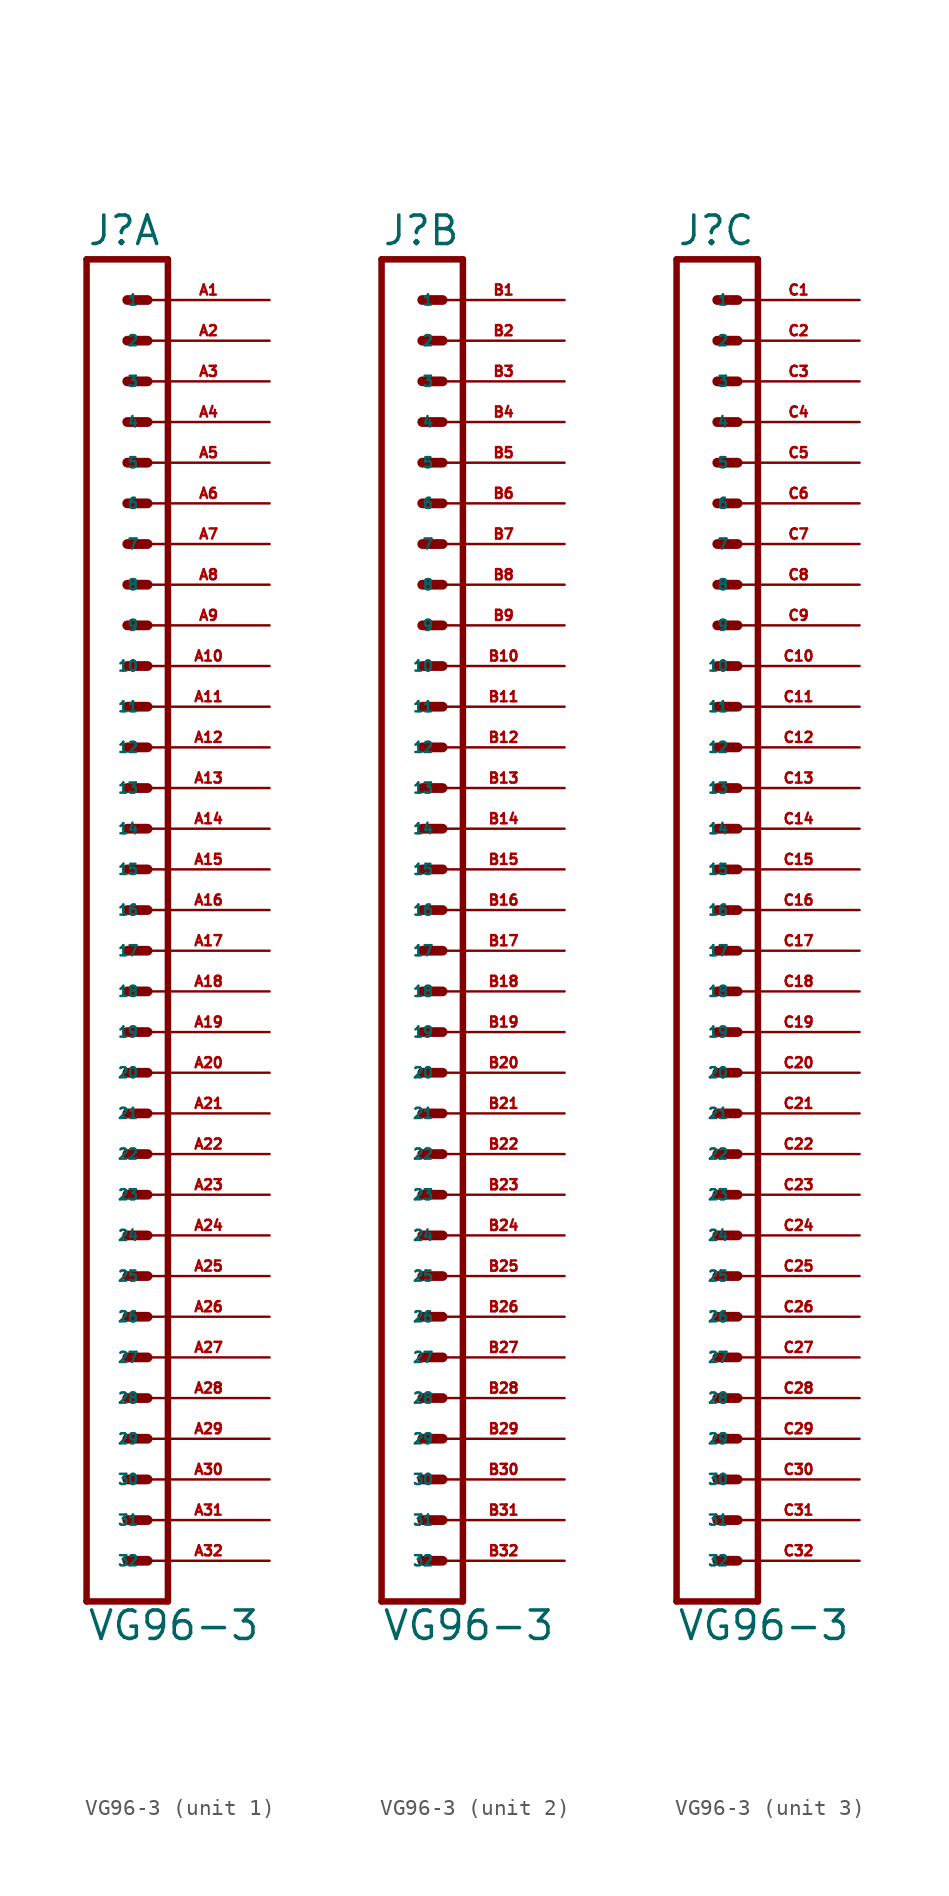
<source format=kicad_sym>
(kicad_symbol_lib
  (version 20220914)
  (generator Eagle2Kicad)
  (symbol "VG96-3"
    (property "Reference" "J"
      (at -1.27 41.402 0)
      (effects (font (size 1.778 1.778) (thickness 0.22)) (justify left bottom)))
    (property "Value" "VG96-3"
      (at -1.27 -45.72 0)
      (effects (font (size 1.778 1.778) (thickness 0.22)) (justify left bottom)))
    (symbol "VG96-3_1_0"
      (polyline (pts (xy 3.81 -43.18) (xy -1.27 -43.18)) (stroke (width 0.406) (type default)) (fill (type none)))
      (polyline (pts (xy -1.27 40.64) (xy -1.27 -43.18)) (stroke (width 0.406) (type default)) (fill (type none)))
      (polyline (pts (xy -1.27 40.64) (xy 3.81 40.64)) (stroke (width 0.406) (type default)) (fill (type none)))
      (polyline (pts (xy 3.81 -43.18) (xy 3.81 40.64)) (stroke (width 0.406) (type default)) (fill (type none)))
      (polyline (pts (xy 1.27 -40.64) (xy 2.54 -40.64)) (stroke (width 0.61) (type default)) (fill (type none)))
      (polyline (pts (xy 1.27 -38.1) (xy 2.54 -38.1)) (stroke (width 0.61) (type default)) (fill (type none)))
      (polyline (pts (xy 1.27 -35.56) (xy 2.54 -35.56)) (stroke (width 0.61) (type default)) (fill (type none)))
      (polyline (pts (xy 1.27 -33.02) (xy 2.54 -33.02)) (stroke (width 0.61) (type default)) (fill (type none)))
      (polyline (pts (xy 1.27 -30.48) (xy 2.54 -30.48)) (stroke (width 0.61) (type default)) (fill (type none)))
      (polyline (pts (xy 1.27 -27.94) (xy 2.54 -27.94)) (stroke (width 0.61) (type default)) (fill (type none)))
      (polyline (pts (xy 1.27 -25.4) (xy 2.54 -25.4)) (stroke (width 0.61) (type default)) (fill (type none)))
      (polyline (pts (xy 1.27 -22.86) (xy 2.54 -22.86)) (stroke (width 0.61) (type default)) (fill (type none)))
      (polyline (pts (xy 1.27 -20.32) (xy 2.54 -20.32)) (stroke (width 0.61) (type default)) (fill (type none)))
      (polyline (pts (xy 1.27 -17.78) (xy 2.54 -17.78)) (stroke (width 0.61) (type default)) (fill (type none)))
      (polyline (pts (xy 1.27 -15.24) (xy 2.54 -15.24)) (stroke (width 0.61) (type default)) (fill (type none)))
      (polyline (pts (xy 1.27 -12.7) (xy 2.54 -12.7)) (stroke (width 0.61) (type default)) (fill (type none)))
      (polyline (pts (xy 1.27 -10.16) (xy 2.54 -10.16)) (stroke (width 0.61) (type default)) (fill (type none)))
      (polyline (pts (xy 1.27 -7.62) (xy 2.54 -7.62)) (stroke (width 0.61) (type default)) (fill (type none)))
      (polyline (pts (xy 1.27 -5.08) (xy 2.54 -5.08)) (stroke (width 0.61) (type default)) (fill (type none)))
      (polyline (pts (xy 1.27 -2.54) (xy 2.54 -2.54)) (stroke (width 0.61) (type default)) (fill (type none)))
      (polyline (pts (xy 1.27 0) (xy 2.54 0)) (stroke (width 0.61) (type default)) (fill (type none)))
      (polyline (pts (xy 1.27 2.54) (xy 2.54 2.54)) (stroke (width 0.61) (type default)) (fill (type none)))
      (polyline (pts (xy 1.27 5.08) (xy 2.54 5.08)) (stroke (width 0.61) (type default)) (fill (type none)))
      (polyline (pts (xy 1.27 7.62) (xy 2.54 7.62)) (stroke (width 0.61) (type default)) (fill (type none)))
      (polyline (pts (xy 1.27 10.16) (xy 2.54 10.16)) (stroke (width 0.61) (type default)) (fill (type none)))
      (polyline (pts (xy 1.27 12.7) (xy 2.54 12.7)) (stroke (width 0.61) (type default)) (fill (type none)))
      (polyline (pts (xy 1.27 15.24) (xy 2.54 15.24)) (stroke (width 0.61) (type default)) (fill (type none)))
      (polyline (pts (xy 1.27 17.78) (xy 2.54 17.78)) (stroke (width 0.61) (type default)) (fill (type none)))
      (polyline (pts (xy 1.27 20.32) (xy 2.54 20.32)) (stroke (width 0.61) (type default)) (fill (type none)))
      (polyline (pts (xy 1.27 22.86) (xy 2.54 22.86)) (stroke (width 0.61) (type default)) (fill (type none)))
      (polyline (pts (xy 1.27 25.4) (xy 2.54 25.4)) (stroke (width 0.61) (type default)) (fill (type none)))
      (polyline (pts (xy 1.27 27.94) (xy 2.54 27.94)) (stroke (width 0.61) (type default)) (fill (type none)))
      (polyline (pts (xy 1.27 30.48) (xy 2.54 30.48)) (stroke (width 0.61) (type default)) (fill (type none)))
      (polyline (pts (xy 1.27 33.02) (xy 2.54 33.02)) (stroke (width 0.61) (type default)) (fill (type none)))
      (polyline (pts (xy 1.27 35.56) (xy 2.54 35.56)) (stroke (width 0.61) (type default)) (fill (type none)))
      (polyline (pts (xy 1.27 38.1) (xy 2.54 38.1)) (stroke (width 0.61) (type default)) (fill (type none)))
      (pin passive line (at 10.16 38.1 180) (length 7.62) (name "1" (effects (font (size 0.635 0.635) (thickness 0.08)) (justify left bottom))) (number "A1" (effects (font (size 0.635 0.635) (thickness 0.08)) (justify left bottom))))
      (pin passive line (at 10.16 35.56 180) (length 7.62) (name "2" (effects (font (size 0.635 0.635) (thickness 0.08)) (justify left bottom))) (number "A2" (effects (font (size 0.635 0.635) (thickness 0.08)) (justify left bottom))))
      (pin passive line (at 10.16 33.02 180) (length 7.62) (name "3" (effects (font (size 0.635 0.635) (thickness 0.08)) (justify left bottom))) (number "A3" (effects (font (size 0.635 0.635) (thickness 0.08)) (justify left bottom))))
      (pin passive line (at 10.16 30.48 180) (length 7.62) (name "4" (effects (font (size 0.635 0.635) (thickness 0.08)) (justify left bottom))) (number "A4" (effects (font (size 0.635 0.635) (thickness 0.08)) (justify left bottom))))
      (pin passive line (at 10.16 27.94 180) (length 7.62) (name "5" (effects (font (size 0.635 0.635) (thickness 0.08)) (justify left bottom))) (number "A5" (effects (font (size 0.635 0.635) (thickness 0.08)) (justify left bottom))))
      (pin passive line (at 10.16 25.4 180) (length 7.62) (name "6" (effects (font (size 0.635 0.635) (thickness 0.08)) (justify left bottom))) (number "A6" (effects (font (size 0.635 0.635) (thickness 0.08)) (justify left bottom))))
      (pin passive line (at 10.16 22.86 180) (length 7.62) (name "7" (effects (font (size 0.635 0.635) (thickness 0.08)) (justify left bottom))) (number "A7" (effects (font (size 0.635 0.635) (thickness 0.08)) (justify left bottom))))
      (pin passive line (at 10.16 20.32 180) (length 7.62) (name "8" (effects (font (size 0.635 0.635) (thickness 0.08)) (justify left bottom))) (number "A8" (effects (font (size 0.635 0.635) (thickness 0.08)) (justify left bottom))))
      (pin passive line (at 10.16 17.78 180) (length 7.62) (name "9" (effects (font (size 0.635 0.635) (thickness 0.08)) (justify left bottom))) (number "A9" (effects (font (size 0.635 0.635) (thickness 0.08)) (justify left bottom))))
      (pin passive line (at 10.16 15.24 180) (length 7.62) (name "10" (effects (font (size 0.635 0.635) (thickness 0.08)) (justify left bottom))) (number "A10" (effects (font (size 0.635 0.635) (thickness 0.08)) (justify left bottom))))
      (pin passive line (at 10.16 12.7 180) (length 7.62) (name "11" (effects (font (size 0.635 0.635) (thickness 0.08)) (justify left bottom))) (number "A11" (effects (font (size 0.635 0.635) (thickness 0.08)) (justify left bottom))))
      (pin passive line (at 10.16 10.16 180) (length 7.62) (name "12" (effects (font (size 0.635 0.635) (thickness 0.08)) (justify left bottom))) (number "A12" (effects (font (size 0.635 0.635) (thickness 0.08)) (justify left bottom))))
      (pin passive line (at 10.16 7.62 180) (length 7.62) (name "13" (effects (font (size 0.635 0.635) (thickness 0.08)) (justify left bottom))) (number "A13" (effects (font (size 0.635 0.635) (thickness 0.08)) (justify left bottom))))
      (pin passive line (at 10.16 5.08 180) (length 7.62) (name "14" (effects (font (size 0.635 0.635) (thickness 0.08)) (justify left bottom))) (number "A14" (effects (font (size 0.635 0.635) (thickness 0.08)) (justify left bottom))))
      (pin passive line (at 10.16 2.54 180) (length 7.62) (name "15" (effects (font (size 0.635 0.635) (thickness 0.08)) (justify left bottom))) (number "A15" (effects (font (size 0.635 0.635) (thickness 0.08)) (justify left bottom))))
      (pin passive line (at 10.16 0 180) (length 7.62) (name "16" (effects (font (size 0.635 0.635) (thickness 0.08)) (justify left bottom))) (number "A16" (effects (font (size 0.635 0.635) (thickness 0.08)) (justify left bottom))))
      (pin passive line (at 10.16 -2.54 180) (length 7.62) (name "17" (effects (font (size 0.635 0.635) (thickness 0.08)) (justify left bottom))) (number "A17" (effects (font (size 0.635 0.635) (thickness 0.08)) (justify left bottom))))
      (pin passive line (at 10.16 -5.08 180) (length 7.62) (name "18" (effects (font (size 0.635 0.635) (thickness 0.08)) (justify left bottom))) (number "A18" (effects (font (size 0.635 0.635) (thickness 0.08)) (justify left bottom))))
      (pin passive line (at 10.16 -7.62 180) (length 7.62) (name "19" (effects (font (size 0.635 0.635) (thickness 0.08)) (justify left bottom))) (number "A19" (effects (font (size 0.635 0.635) (thickness 0.08)) (justify left bottom))))
      (pin passive line (at 10.16 -10.16 180) (length 7.62) (name "20" (effects (font (size 0.635 0.635) (thickness 0.08)) (justify left bottom))) (number "A20" (effects (font (size 0.635 0.635) (thickness 0.08)) (justify left bottom))))
      (pin passive line (at 10.16 -12.7 180) (length 7.62) (name "21" (effects (font (size 0.635 0.635) (thickness 0.08)) (justify left bottom))) (number "A21" (effects (font (size 0.635 0.635) (thickness 0.08)) (justify left bottom))))
      (pin passive line (at 10.16 -15.24 180) (length 7.62) (name "22" (effects (font (size 0.635 0.635) (thickness 0.08)) (justify left bottom))) (number "A22" (effects (font (size 0.635 0.635) (thickness 0.08)) (justify left bottom))))
      (pin passive line (at 10.16 -17.78 180) (length 7.62) (name "23" (effects (font (size 0.635 0.635) (thickness 0.08)) (justify left bottom))) (number "A23" (effects (font (size 0.635 0.635) (thickness 0.08)) (justify left bottom))))
      (pin passive line (at 10.16 -20.32 180) (length 7.62) (name "24" (effects (font (size 0.635 0.635) (thickness 0.08)) (justify left bottom))) (number "A24" (effects (font (size 0.635 0.635) (thickness 0.08)) (justify left bottom))))
      (pin passive line (at 10.16 -22.86 180) (length 7.62) (name "25" (effects (font (size 0.635 0.635) (thickness 0.08)) (justify left bottom))) (number "A25" (effects (font (size 0.635 0.635) (thickness 0.08)) (justify left bottom))))
      (pin passive line (at 10.16 -25.4 180) (length 7.62) (name "26" (effects (font (size 0.635 0.635) (thickness 0.08)) (justify left bottom))) (number "A26" (effects (font (size 0.635 0.635) (thickness 0.08)) (justify left bottom))))
      (pin passive line (at 10.16 -27.94 180) (length 7.62) (name "27" (effects (font (size 0.635 0.635) (thickness 0.08)) (justify left bottom))) (number "A27" (effects (font (size 0.635 0.635) (thickness 0.08)) (justify left bottom))))
      (pin passive line (at 10.16 -30.48 180) (length 7.62) (name "28" (effects (font (size 0.635 0.635) (thickness 0.08)) (justify left bottom))) (number "A28" (effects (font (size 0.635 0.635) (thickness 0.08)) (justify left bottom))))
      (pin passive line (at 10.16 -33.02 180) (length 7.62) (name "29" (effects (font (size 0.635 0.635) (thickness 0.08)) (justify left bottom))) (number "A29" (effects (font (size 0.635 0.635) (thickness 0.08)) (justify left bottom))))
      (pin passive line (at 10.16 -35.56 180) (length 7.62) (name "30" (effects (font (size 0.635 0.635) (thickness 0.08)) (justify left bottom))) (number "A30" (effects (font (size 0.635 0.635) (thickness 0.08)) (justify left bottom))))
      (pin passive line (at 10.16 -38.1 180) (length 7.62) (name "31" (effects (font (size 0.635 0.635) (thickness 0.08)) (justify left bottom))) (number "A31" (effects (font (size 0.635 0.635) (thickness 0.08)) (justify left bottom))))
      (pin passive line (at 10.16 -40.64 180) (length 7.62) (name "32" (effects (font (size 0.635 0.635) (thickness 0.08)) (justify left bottom))) (number "A32" (effects (font (size 0.635 0.635) (thickness 0.08)) (justify left bottom)))))
    (symbol "VG96-3_2_0"
      (polyline (pts (xy 3.81 -43.18) (xy -1.27 -43.18)) (stroke (width 0.406) (type default)) (fill (type none)))
      (polyline (pts (xy -1.27 40.64) (xy -1.27 -43.18)) (stroke (width 0.406) (type default)) (fill (type none)))
      (polyline (pts (xy -1.27 40.64) (xy 3.81 40.64)) (stroke (width 0.406) (type default)) (fill (type none)))
      (polyline (pts (xy 3.81 -43.18) (xy 3.81 40.64)) (stroke (width 0.406) (type default)) (fill (type none)))
      (polyline (pts (xy 1.27 -40.64) (xy 2.54 -40.64)) (stroke (width 0.61) (type default)) (fill (type none)))
      (polyline (pts (xy 1.27 -38.1) (xy 2.54 -38.1)) (stroke (width 0.61) (type default)) (fill (type none)))
      (polyline (pts (xy 1.27 -35.56) (xy 2.54 -35.56)) (stroke (width 0.61) (type default)) (fill (type none)))
      (polyline (pts (xy 1.27 -33.02) (xy 2.54 -33.02)) (stroke (width 0.61) (type default)) (fill (type none)))
      (polyline (pts (xy 1.27 -30.48) (xy 2.54 -30.48)) (stroke (width 0.61) (type default)) (fill (type none)))
      (polyline (pts (xy 1.27 -27.94) (xy 2.54 -27.94)) (stroke (width 0.61) (type default)) (fill (type none)))
      (polyline (pts (xy 1.27 -25.4) (xy 2.54 -25.4)) (stroke (width 0.61) (type default)) (fill (type none)))
      (polyline (pts (xy 1.27 -22.86) (xy 2.54 -22.86)) (stroke (width 0.61) (type default)) (fill (type none)))
      (polyline (pts (xy 1.27 -20.32) (xy 2.54 -20.32)) (stroke (width 0.61) (type default)) (fill (type none)))
      (polyline (pts (xy 1.27 -17.78) (xy 2.54 -17.78)) (stroke (width 0.61) (type default)) (fill (type none)))
      (polyline (pts (xy 1.27 -15.24) (xy 2.54 -15.24)) (stroke (width 0.61) (type default)) (fill (type none)))
      (polyline (pts (xy 1.27 -12.7) (xy 2.54 -12.7)) (stroke (width 0.61) (type default)) (fill (type none)))
      (polyline (pts (xy 1.27 -10.16) (xy 2.54 -10.16)) (stroke (width 0.61) (type default)) (fill (type none)))
      (polyline (pts (xy 1.27 -7.62) (xy 2.54 -7.62)) (stroke (width 0.61) (type default)) (fill (type none)))
      (polyline (pts (xy 1.27 -5.08) (xy 2.54 -5.08)) (stroke (width 0.61) (type default)) (fill (type none)))
      (polyline (pts (xy 1.27 -2.54) (xy 2.54 -2.54)) (stroke (width 0.61) (type default)) (fill (type none)))
      (polyline (pts (xy 1.27 0) (xy 2.54 0)) (stroke (width 0.61) (type default)) (fill (type none)))
      (polyline (pts (xy 1.27 2.54) (xy 2.54 2.54)) (stroke (width 0.61) (type default)) (fill (type none)))
      (polyline (pts (xy 1.27 5.08) (xy 2.54 5.08)) (stroke (width 0.61) (type default)) (fill (type none)))
      (polyline (pts (xy 1.27 7.62) (xy 2.54 7.62)) (stroke (width 0.61) (type default)) (fill (type none)))
      (polyline (pts (xy 1.27 10.16) (xy 2.54 10.16)) (stroke (width 0.61) (type default)) (fill (type none)))
      (polyline (pts (xy 1.27 12.7) (xy 2.54 12.7)) (stroke (width 0.61) (type default)) (fill (type none)))
      (polyline (pts (xy 1.27 15.24) (xy 2.54 15.24)) (stroke (width 0.61) (type default)) (fill (type none)))
      (polyline (pts (xy 1.27 17.78) (xy 2.54 17.78)) (stroke (width 0.61) (type default)) (fill (type none)))
      (polyline (pts (xy 1.27 20.32) (xy 2.54 20.32)) (stroke (width 0.61) (type default)) (fill (type none)))
      (polyline (pts (xy 1.27 22.86) (xy 2.54 22.86)) (stroke (width 0.61) (type default)) (fill (type none)))
      (polyline (pts (xy 1.27 25.4) (xy 2.54 25.4)) (stroke (width 0.61) (type default)) (fill (type none)))
      (polyline (pts (xy 1.27 27.94) (xy 2.54 27.94)) (stroke (width 0.61) (type default)) (fill (type none)))
      (polyline (pts (xy 1.27 30.48) (xy 2.54 30.48)) (stroke (width 0.61) (type default)) (fill (type none)))
      (polyline (pts (xy 1.27 33.02) (xy 2.54 33.02)) (stroke (width 0.61) (type default)) (fill (type none)))
      (polyline (pts (xy 1.27 35.56) (xy 2.54 35.56)) (stroke (width 0.61) (type default)) (fill (type none)))
      (polyline (pts (xy 1.27 38.1) (xy 2.54 38.1)) (stroke (width 0.61) (type default)) (fill (type none)))
      (pin passive line (at 10.16 38.1 180) (length 7.62) (name "1" (effects (font (size 0.635 0.635) (thickness 0.08)) (justify left bottom))) (number "B1" (effects (font (size 0.635 0.635) (thickness 0.08)) (justify left bottom))))
      (pin passive line (at 10.16 35.56 180) (length 7.62) (name "2" (effects (font (size 0.635 0.635) (thickness 0.08)) (justify left bottom))) (number "B2" (effects (font (size 0.635 0.635) (thickness 0.08)) (justify left bottom))))
      (pin passive line (at 10.16 33.02 180) (length 7.62) (name "3" (effects (font (size 0.635 0.635) (thickness 0.08)) (justify left bottom))) (number "B3" (effects (font (size 0.635 0.635) (thickness 0.08)) (justify left bottom))))
      (pin passive line (at 10.16 30.48 180) (length 7.62) (name "4" (effects (font (size 0.635 0.635) (thickness 0.08)) (justify left bottom))) (number "B4" (effects (font (size 0.635 0.635) (thickness 0.08)) (justify left bottom))))
      (pin passive line (at 10.16 27.94 180) (length 7.62) (name "5" (effects (font (size 0.635 0.635) (thickness 0.08)) (justify left bottom))) (number "B5" (effects (font (size 0.635 0.635) (thickness 0.08)) (justify left bottom))))
      (pin passive line (at 10.16 25.4 180) (length 7.62) (name "6" (effects (font (size 0.635 0.635) (thickness 0.08)) (justify left bottom))) (number "B6" (effects (font (size 0.635 0.635) (thickness 0.08)) (justify left bottom))))
      (pin passive line (at 10.16 22.86 180) (length 7.62) (name "7" (effects (font (size 0.635 0.635) (thickness 0.08)) (justify left bottom))) (number "B7" (effects (font (size 0.635 0.635) (thickness 0.08)) (justify left bottom))))
      (pin passive line (at 10.16 20.32 180) (length 7.62) (name "8" (effects (font (size 0.635 0.635) (thickness 0.08)) (justify left bottom))) (number "B8" (effects (font (size 0.635 0.635) (thickness 0.08)) (justify left bottom))))
      (pin passive line (at 10.16 17.78 180) (length 7.62) (name "9" (effects (font (size 0.635 0.635) (thickness 0.08)) (justify left bottom))) (number "B9" (effects (font (size 0.635 0.635) (thickness 0.08)) (justify left bottom))))
      (pin passive line (at 10.16 15.24 180) (length 7.62) (name "10" (effects (font (size 0.635 0.635) (thickness 0.08)) (justify left bottom))) (number "B10" (effects (font (size 0.635 0.635) (thickness 0.08)) (justify left bottom))))
      (pin passive line (at 10.16 12.7 180) (length 7.62) (name "11" (effects (font (size 0.635 0.635) (thickness 0.08)) (justify left bottom))) (number "B11" (effects (font (size 0.635 0.635) (thickness 0.08)) (justify left bottom))))
      (pin passive line (at 10.16 10.16 180) (length 7.62) (name "12" (effects (font (size 0.635 0.635) (thickness 0.08)) (justify left bottom))) (number "B12" (effects (font (size 0.635 0.635) (thickness 0.08)) (justify left bottom))))
      (pin passive line (at 10.16 7.62 180) (length 7.62) (name "13" (effects (font (size 0.635 0.635) (thickness 0.08)) (justify left bottom))) (number "B13" (effects (font (size 0.635 0.635) (thickness 0.08)) (justify left bottom))))
      (pin passive line (at 10.16 5.08 180) (length 7.62) (name "14" (effects (font (size 0.635 0.635) (thickness 0.08)) (justify left bottom))) (number "B14" (effects (font (size 0.635 0.635) (thickness 0.08)) (justify left bottom))))
      (pin passive line (at 10.16 2.54 180) (length 7.62) (name "15" (effects (font (size 0.635 0.635) (thickness 0.08)) (justify left bottom))) (number "B15" (effects (font (size 0.635 0.635) (thickness 0.08)) (justify left bottom))))
      (pin passive line (at 10.16 0 180) (length 7.62) (name "16" (effects (font (size 0.635 0.635) (thickness 0.08)) (justify left bottom))) (number "B16" (effects (font (size 0.635 0.635) (thickness 0.08)) (justify left bottom))))
      (pin passive line (at 10.16 -2.54 180) (length 7.62) (name "17" (effects (font (size 0.635 0.635) (thickness 0.08)) (justify left bottom))) (number "B17" (effects (font (size 0.635 0.635) (thickness 0.08)) (justify left bottom))))
      (pin passive line (at 10.16 -5.08 180) (length 7.62) (name "18" (effects (font (size 0.635 0.635) (thickness 0.08)) (justify left bottom))) (number "B18" (effects (font (size 0.635 0.635) (thickness 0.08)) (justify left bottom))))
      (pin passive line (at 10.16 -7.62 180) (length 7.62) (name "19" (effects (font (size 0.635 0.635) (thickness 0.08)) (justify left bottom))) (number "B19" (effects (font (size 0.635 0.635) (thickness 0.08)) (justify left bottom))))
      (pin passive line (at 10.16 -10.16 180) (length 7.62) (name "20" (effects (font (size 0.635 0.635) (thickness 0.08)) (justify left bottom))) (number "B20" (effects (font (size 0.635 0.635) (thickness 0.08)) (justify left bottom))))
      (pin passive line (at 10.16 -12.7 180) (length 7.62) (name "21" (effects (font (size 0.635 0.635) (thickness 0.08)) (justify left bottom))) (number "B21" (effects (font (size 0.635 0.635) (thickness 0.08)) (justify left bottom))))
      (pin passive line (at 10.16 -15.24 180) (length 7.62) (name "22" (effects (font (size 0.635 0.635) (thickness 0.08)) (justify left bottom))) (number "B22" (effects (font (size 0.635 0.635) (thickness 0.08)) (justify left bottom))))
      (pin passive line (at 10.16 -17.78 180) (length 7.62) (name "23" (effects (font (size 0.635 0.635) (thickness 0.08)) (justify left bottom))) (number "B23" (effects (font (size 0.635 0.635) (thickness 0.08)) (justify left bottom))))
      (pin passive line (at 10.16 -20.32 180) (length 7.62) (name "24" (effects (font (size 0.635 0.635) (thickness 0.08)) (justify left bottom))) (number "B24" (effects (font (size 0.635 0.635) (thickness 0.08)) (justify left bottom))))
      (pin passive line (at 10.16 -22.86 180) (length 7.62) (name "25" (effects (font (size 0.635 0.635) (thickness 0.08)) (justify left bottom))) (number "B25" (effects (font (size 0.635 0.635) (thickness 0.08)) (justify left bottom))))
      (pin passive line (at 10.16 -25.4 180) (length 7.62) (name "26" (effects (font (size 0.635 0.635) (thickness 0.08)) (justify left bottom))) (number "B26" (effects (font (size 0.635 0.635) (thickness 0.08)) (justify left bottom))))
      (pin passive line (at 10.16 -27.94 180) (length 7.62) (name "27" (effects (font (size 0.635 0.635) (thickness 0.08)) (justify left bottom))) (number "B27" (effects (font (size 0.635 0.635) (thickness 0.08)) (justify left bottom))))
      (pin passive line (at 10.16 -30.48 180) (length 7.62) (name "28" (effects (font (size 0.635 0.635) (thickness 0.08)) (justify left bottom))) (number "B28" (effects (font (size 0.635 0.635) (thickness 0.08)) (justify left bottom))))
      (pin passive line (at 10.16 -33.02 180) (length 7.62) (name "29" (effects (font (size 0.635 0.635) (thickness 0.08)) (justify left bottom))) (number "B29" (effects (font (size 0.635 0.635) (thickness 0.08)) (justify left bottom))))
      (pin passive line (at 10.16 -35.56 180) (length 7.62) (name "30" (effects (font (size 0.635 0.635) (thickness 0.08)) (justify left bottom))) (number "B30" (effects (font (size 0.635 0.635) (thickness 0.08)) (justify left bottom))))
      (pin passive line (at 10.16 -38.1 180) (length 7.62) (name "31" (effects (font (size 0.635 0.635) (thickness 0.08)) (justify left bottom))) (number "B31" (effects (font (size 0.635 0.635) (thickness 0.08)) (justify left bottom))))
      (pin passive line (at 10.16 -40.64 180) (length 7.62) (name "32" (effects (font (size 0.635 0.635) (thickness 0.08)) (justify left bottom))) (number "B32" (effects (font (size 0.635 0.635) (thickness 0.08)) (justify left bottom)))))
    (symbol "VG96-3_3_0"
      (polyline (pts (xy 3.81 -43.18) (xy -1.27 -43.18)) (stroke (width 0.406) (type default)) (fill (type none)))
      (polyline (pts (xy -1.27 40.64) (xy -1.27 -43.18)) (stroke (width 0.406) (type default)) (fill (type none)))
      (polyline (pts (xy -1.27 40.64) (xy 3.81 40.64)) (stroke (width 0.406) (type default)) (fill (type none)))
      (polyline (pts (xy 3.81 -43.18) (xy 3.81 40.64)) (stroke (width 0.406) (type default)) (fill (type none)))
      (polyline (pts (xy 1.27 -40.64) (xy 2.54 -40.64)) (stroke (width 0.61) (type default)) (fill (type none)))
      (polyline (pts (xy 1.27 -38.1) (xy 2.54 -38.1)) (stroke (width 0.61) (type default)) (fill (type none)))
      (polyline (pts (xy 1.27 -35.56) (xy 2.54 -35.56)) (stroke (width 0.61) (type default)) (fill (type none)))
      (polyline (pts (xy 1.27 -33.02) (xy 2.54 -33.02)) (stroke (width 0.61) (type default)) (fill (type none)))
      (polyline (pts (xy 1.27 -30.48) (xy 2.54 -30.48)) (stroke (width 0.61) (type default)) (fill (type none)))
      (polyline (pts (xy 1.27 -27.94) (xy 2.54 -27.94)) (stroke (width 0.61) (type default)) (fill (type none)))
      (polyline (pts (xy 1.27 -25.4) (xy 2.54 -25.4)) (stroke (width 0.61) (type default)) (fill (type none)))
      (polyline (pts (xy 1.27 -22.86) (xy 2.54 -22.86)) (stroke (width 0.61) (type default)) (fill (type none)))
      (polyline (pts (xy 1.27 -20.32) (xy 2.54 -20.32)) (stroke (width 0.61) (type default)) (fill (type none)))
      (polyline (pts (xy 1.27 -17.78) (xy 2.54 -17.78)) (stroke (width 0.61) (type default)) (fill (type none)))
      (polyline (pts (xy 1.27 -15.24) (xy 2.54 -15.24)) (stroke (width 0.61) (type default)) (fill (type none)))
      (polyline (pts (xy 1.27 -12.7) (xy 2.54 -12.7)) (stroke (width 0.61) (type default)) (fill (type none)))
      (polyline (pts (xy 1.27 -10.16) (xy 2.54 -10.16)) (stroke (width 0.61) (type default)) (fill (type none)))
      (polyline (pts (xy 1.27 -7.62) (xy 2.54 -7.62)) (stroke (width 0.61) (type default)) (fill (type none)))
      (polyline (pts (xy 1.27 -5.08) (xy 2.54 -5.08)) (stroke (width 0.61) (type default)) (fill (type none)))
      (polyline (pts (xy 1.27 -2.54) (xy 2.54 -2.54)) (stroke (width 0.61) (type default)) (fill (type none)))
      (polyline (pts (xy 1.27 0) (xy 2.54 0)) (stroke (width 0.61) (type default)) (fill (type none)))
      (polyline (pts (xy 1.27 2.54) (xy 2.54 2.54)) (stroke (width 0.61) (type default)) (fill (type none)))
      (polyline (pts (xy 1.27 5.08) (xy 2.54 5.08)) (stroke (width 0.61) (type default)) (fill (type none)))
      (polyline (pts (xy 1.27 7.62) (xy 2.54 7.62)) (stroke (width 0.61) (type default)) (fill (type none)))
      (polyline (pts (xy 1.27 10.16) (xy 2.54 10.16)) (stroke (width 0.61) (type default)) (fill (type none)))
      (polyline (pts (xy 1.27 12.7) (xy 2.54 12.7)) (stroke (width 0.61) (type default)) (fill (type none)))
      (polyline (pts (xy 1.27 15.24) (xy 2.54 15.24)) (stroke (width 0.61) (type default)) (fill (type none)))
      (polyline (pts (xy 1.27 17.78) (xy 2.54 17.78)) (stroke (width 0.61) (type default)) (fill (type none)))
      (polyline (pts (xy 1.27 20.32) (xy 2.54 20.32)) (stroke (width 0.61) (type default)) (fill (type none)))
      (polyline (pts (xy 1.27 22.86) (xy 2.54 22.86)) (stroke (width 0.61) (type default)) (fill (type none)))
      (polyline (pts (xy 1.27 25.4) (xy 2.54 25.4)) (stroke (width 0.61) (type default)) (fill (type none)))
      (polyline (pts (xy 1.27 27.94) (xy 2.54 27.94)) (stroke (width 0.61) (type default)) (fill (type none)))
      (polyline (pts (xy 1.27 30.48) (xy 2.54 30.48)) (stroke (width 0.61) (type default)) (fill (type none)))
      (polyline (pts (xy 1.27 33.02) (xy 2.54 33.02)) (stroke (width 0.61) (type default)) (fill (type none)))
      (polyline (pts (xy 1.27 35.56) (xy 2.54 35.56)) (stroke (width 0.61) (type default)) (fill (type none)))
      (polyline (pts (xy 1.27 38.1) (xy 2.54 38.1)) (stroke (width 0.61) (type default)) (fill (type none)))
      (pin passive line (at 10.16 38.1 180) (length 7.62) (name "1" (effects (font (size 0.635 0.635) (thickness 0.08)) (justify left bottom))) (number "C1" (effects (font (size 0.635 0.635) (thickness 0.08)) (justify left bottom))))
      (pin passive line (at 10.16 35.56 180) (length 7.62) (name "2" (effects (font (size 0.635 0.635) (thickness 0.08)) (justify left bottom))) (number "C2" (effects (font (size 0.635 0.635) (thickness 0.08)) (justify left bottom))))
      (pin passive line (at 10.16 33.02 180) (length 7.62) (name "3" (effects (font (size 0.635 0.635) (thickness 0.08)) (justify left bottom))) (number "C3" (effects (font (size 0.635 0.635) (thickness 0.08)) (justify left bottom))))
      (pin passive line (at 10.16 30.48 180) (length 7.62) (name "4" (effects (font (size 0.635 0.635) (thickness 0.08)) (justify left bottom))) (number "C4" (effects (font (size 0.635 0.635) (thickness 0.08)) (justify left bottom))))
      (pin passive line (at 10.16 27.94 180) (length 7.62) (name "5" (effects (font (size 0.635 0.635) (thickness 0.08)) (justify left bottom))) (number "C5" (effects (font (size 0.635 0.635) (thickness 0.08)) (justify left bottom))))
      (pin passive line (at 10.16 25.4 180) (length 7.62) (name "6" (effects (font (size 0.635 0.635) (thickness 0.08)) (justify left bottom))) (number "C6" (effects (font (size 0.635 0.635) (thickness 0.08)) (justify left bottom))))
      (pin passive line (at 10.16 22.86 180) (length 7.62) (name "7" (effects (font (size 0.635 0.635) (thickness 0.08)) (justify left bottom))) (number "C7" (effects (font (size 0.635 0.635) (thickness 0.08)) (justify left bottom))))
      (pin passive line (at 10.16 20.32 180) (length 7.62) (name "8" (effects (font (size 0.635 0.635) (thickness 0.08)) (justify left bottom))) (number "C8" (effects (font (size 0.635 0.635) (thickness 0.08)) (justify left bottom))))
      (pin passive line (at 10.16 17.78 180) (length 7.62) (name "9" (effects (font (size 0.635 0.635) (thickness 0.08)) (justify left bottom))) (number "C9" (effects (font (size 0.635 0.635) (thickness 0.08)) (justify left bottom))))
      (pin passive line (at 10.16 15.24 180) (length 7.62) (name "10" (effects (font (size 0.635 0.635) (thickness 0.08)) (justify left bottom))) (number "C10" (effects (font (size 0.635 0.635) (thickness 0.08)) (justify left bottom))))
      (pin passive line (at 10.16 12.7 180) (length 7.62) (name "11" (effects (font (size 0.635 0.635) (thickness 0.08)) (justify left bottom))) (number "C11" (effects (font (size 0.635 0.635) (thickness 0.08)) (justify left bottom))))
      (pin passive line (at 10.16 10.16 180) (length 7.62) (name "12" (effects (font (size 0.635 0.635) (thickness 0.08)) (justify left bottom))) (number "C12" (effects (font (size 0.635 0.635) (thickness 0.08)) (justify left bottom))))
      (pin passive line (at 10.16 7.62 180) (length 7.62) (name "13" (effects (font (size 0.635 0.635) (thickness 0.08)) (justify left bottom))) (number "C13" (effects (font (size 0.635 0.635) (thickness 0.08)) (justify left bottom))))
      (pin passive line (at 10.16 5.08 180) (length 7.62) (name "14" (effects (font (size 0.635 0.635) (thickness 0.08)) (justify left bottom))) (number "C14" (effects (font (size 0.635 0.635) (thickness 0.08)) (justify left bottom))))
      (pin passive line (at 10.16 2.54 180) (length 7.62) (name "15" (effects (font (size 0.635 0.635) (thickness 0.08)) (justify left bottom))) (number "C15" (effects (font (size 0.635 0.635) (thickness 0.08)) (justify left bottom))))
      (pin passive line (at 10.16 0 180) (length 7.62) (name "16" (effects (font (size 0.635 0.635) (thickness 0.08)) (justify left bottom))) (number "C16" (effects (font (size 0.635 0.635) (thickness 0.08)) (justify left bottom))))
      (pin passive line (at 10.16 -2.54 180) (length 7.62) (name "17" (effects (font (size 0.635 0.635) (thickness 0.08)) (justify left bottom))) (number "C17" (effects (font (size 0.635 0.635) (thickness 0.08)) (justify left bottom))))
      (pin passive line (at 10.16 -5.08 180) (length 7.62) (name "18" (effects (font (size 0.635 0.635) (thickness 0.08)) (justify left bottom))) (number "C18" (effects (font (size 0.635 0.635) (thickness 0.08)) (justify left bottom))))
      (pin passive line (at 10.16 -7.62 180) (length 7.62) (name "19" (effects (font (size 0.635 0.635) (thickness 0.08)) (justify left bottom))) (number "C19" (effects (font (size 0.635 0.635) (thickness 0.08)) (justify left bottom))))
      (pin passive line (at 10.16 -10.16 180) (length 7.62) (name "20" (effects (font (size 0.635 0.635) (thickness 0.08)) (justify left bottom))) (number "C20" (effects (font (size 0.635 0.635) (thickness 0.08)) (justify left bottom))))
      (pin passive line (at 10.16 -12.7 180) (length 7.62) (name "21" (effects (font (size 0.635 0.635) (thickness 0.08)) (justify left bottom))) (number "C21" (effects (font (size 0.635 0.635) (thickness 0.08)) (justify left bottom))))
      (pin passive line (at 10.16 -15.24 180) (length 7.62) (name "22" (effects (font (size 0.635 0.635) (thickness 0.08)) (justify left bottom))) (number "C22" (effects (font (size 0.635 0.635) (thickness 0.08)) (justify left bottom))))
      (pin passive line (at 10.16 -17.78 180) (length 7.62) (name "23" (effects (font (size 0.635 0.635) (thickness 0.08)) (justify left bottom))) (number "C23" (effects (font (size 0.635 0.635) (thickness 0.08)) (justify left bottom))))
      (pin passive line (at 10.16 -20.32 180) (length 7.62) (name "24" (effects (font (size 0.635 0.635) (thickness 0.08)) (justify left bottom))) (number "C24" (effects (font (size 0.635 0.635) (thickness 0.08)) (justify left bottom))))
      (pin passive line (at 10.16 -22.86 180) (length 7.62) (name "25" (effects (font (size 0.635 0.635) (thickness 0.08)) (justify left bottom))) (number "C25" (effects (font (size 0.635 0.635) (thickness 0.08)) (justify left bottom))))
      (pin passive line (at 10.16 -25.4 180) (length 7.62) (name "26" (effects (font (size 0.635 0.635) (thickness 0.08)) (justify left bottom))) (number "C26" (effects (font (size 0.635 0.635) (thickness 0.08)) (justify left bottom))))
      (pin passive line (at 10.16 -27.94 180) (length 7.62) (name "27" (effects (font (size 0.635 0.635) (thickness 0.08)) (justify left bottom))) (number "C27" (effects (font (size 0.635 0.635) (thickness 0.08)) (justify left bottom))))
      (pin passive line (at 10.16 -30.48 180) (length 7.62) (name "28" (effects (font (size 0.635 0.635) (thickness 0.08)) (justify left bottom))) (number "C28" (effects (font (size 0.635 0.635) (thickness 0.08)) (justify left bottom))))
      (pin passive line (at 10.16 -33.02 180) (length 7.62) (name "29" (effects (font (size 0.635 0.635) (thickness 0.08)) (justify left bottom))) (number "C29" (effects (font (size 0.635 0.635) (thickness 0.08)) (justify left bottom))))
      (pin passive line (at 10.16 -35.56 180) (length 7.62) (name "30" (effects (font (size 0.635 0.635) (thickness 0.08)) (justify left bottom))) (number "C30" (effects (font (size 0.635 0.635) (thickness 0.08)) (justify left bottom))))
      (pin passive line (at 10.16 -38.1 180) (length 7.62) (name "31" (effects (font (size 0.635 0.635) (thickness 0.08)) (justify left bottom))) (number "C31" (effects (font (size 0.635 0.635) (thickness 0.08)) (justify left bottom))))
      (pin passive line (at 10.16 -40.64 180) (length 7.62) (name "32" (effects (font (size 0.635 0.635) (thickness 0.08)) (justify left bottom))) (number "C32" (effects (font (size 0.635 0.635) (thickness 0.08)) (justify left bottom)))))))
</source>
